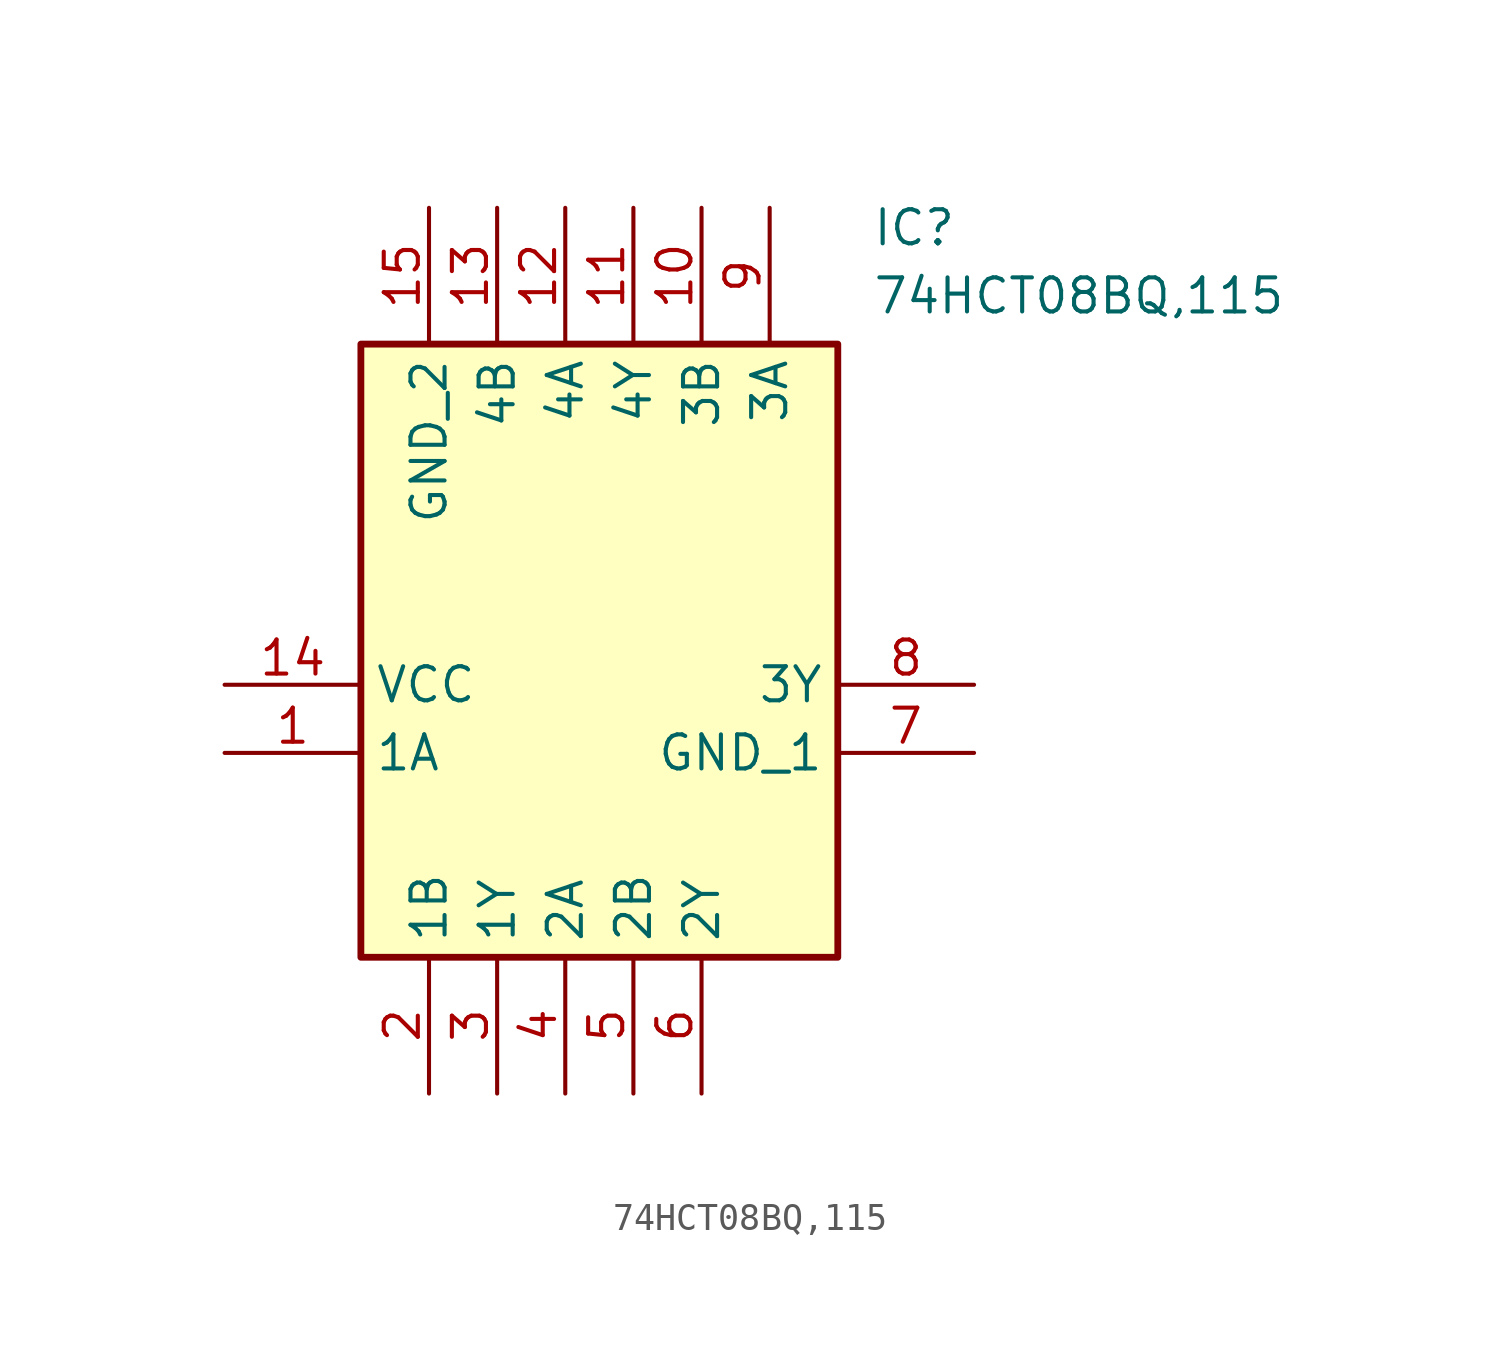
<source format=kicad_sym>
(kicad_symbol_lib
  (version 20211014)
  (generator SamacSys_ECAD_Model)
  (symbol "74HCT08BQ,115"
    (property "Reference" "IC"
      (at 24.13 17.78 0)
      (effects (font (size 1.27 1.27)) (justify left top)))
    (property "Value" "74HCT08BQ,115"
      (at 24.13 15.24 0)
      (effects (font (size 1.27 1.27)) (justify left top)))
    (rectangle
      (start 5.08 12.7)
      (end 22.86 -10.16)
      (stroke (width 0.254) (type default))
      (fill (type background)))
    (pin passive line
      (at 0 -2.54 0)
      (length 5.08)
      (name "1A" (effects (font (size 1.27 1.27))))
      (number "1" (effects (font (size 1.27 1.27)))))
    (pin passive line
      (at 7.62 -15.24 90)
      (length 5.08)
      (name "1B" (effects (font (size 1.27 1.27))))
      (number "2" (effects (font (size 1.27 1.27)))))
    (pin passive line
      (at 10.16 -15.24 90)
      (length 5.08)
      (name "1Y" (effects (font (size 1.27 1.27))))
      (number "3" (effects (font (size 1.27 1.27)))))
    (pin passive line
      (at 12.7 -15.24 90)
      (length 5.08)
      (name "2A" (effects (font (size 1.27 1.27))))
      (number "4" (effects (font (size 1.27 1.27)))))
    (pin passive line
      (at 15.24 -15.24 90)
      (length 5.08)
      (name "2B" (effects (font (size 1.27 1.27))))
      (number "5" (effects (font (size 1.27 1.27)))))
    (pin passive line
      (at 17.78 -15.24 90)
      (length 5.08)
      (name "2Y" (effects (font (size 1.27 1.27))))
      (number "6" (effects (font (size 1.27 1.27)))))
    (pin passive line
      (at 27.94 -2.54 180)
      (length 5.08)
      (name "GND_1" (effects (font (size 1.27 1.27))))
      (number "7" (effects (font (size 1.27 1.27)))))
    (pin passive line
      (at 27.94 0 180)
      (length 5.08)
      (name "3Y" (effects (font (size 1.27 1.27))))
      (number "8" (effects (font (size 1.27 1.27)))))
    (pin passive line
      (at 20.32 17.78 270)
      (length 5.08)
      (name "3A" (effects (font (size 1.27 1.27))))
      (number "9" (effects (font (size 1.27 1.27)))))
    (pin passive line
      (at 17.78 17.78 270)
      (length 5.08)
      (name "3B" (effects (font (size 1.27 1.27))))
      (number "10" (effects (font (size 1.27 1.27)))))
    (pin passive line
      (at 15.24 17.78 270)
      (length 5.08)
      (name "4Y" (effects (font (size 1.27 1.27))))
      (number "11" (effects (font (size 1.27 1.27)))))
    (pin passive line
      (at 12.7 17.78 270)
      (length 5.08)
      (name "4A" (effects (font (size 1.27 1.27))))
      (number "12" (effects (font (size 1.27 1.27)))))
    (pin passive line
      (at 10.16 17.78 270)
      (length 5.08)
      (name "4B" (effects (font (size 1.27 1.27))))
      (number "13" (effects (font (size 1.27 1.27)))))
    (pin passive line
      (at 0 0 0)
      (length 5.08)
      (name "VCC" (effects (font (size 1.27 1.27))))
      (number "14" (effects (font (size 1.27 1.27)))))
    (pin passive line
      (at 7.62 17.78 270)
      (length 5.08)
      (name "GND_2" (effects (font (size 1.27 1.27))))
      (number "15" (effects (font (size 1.27 1.27)))))))
</source>
